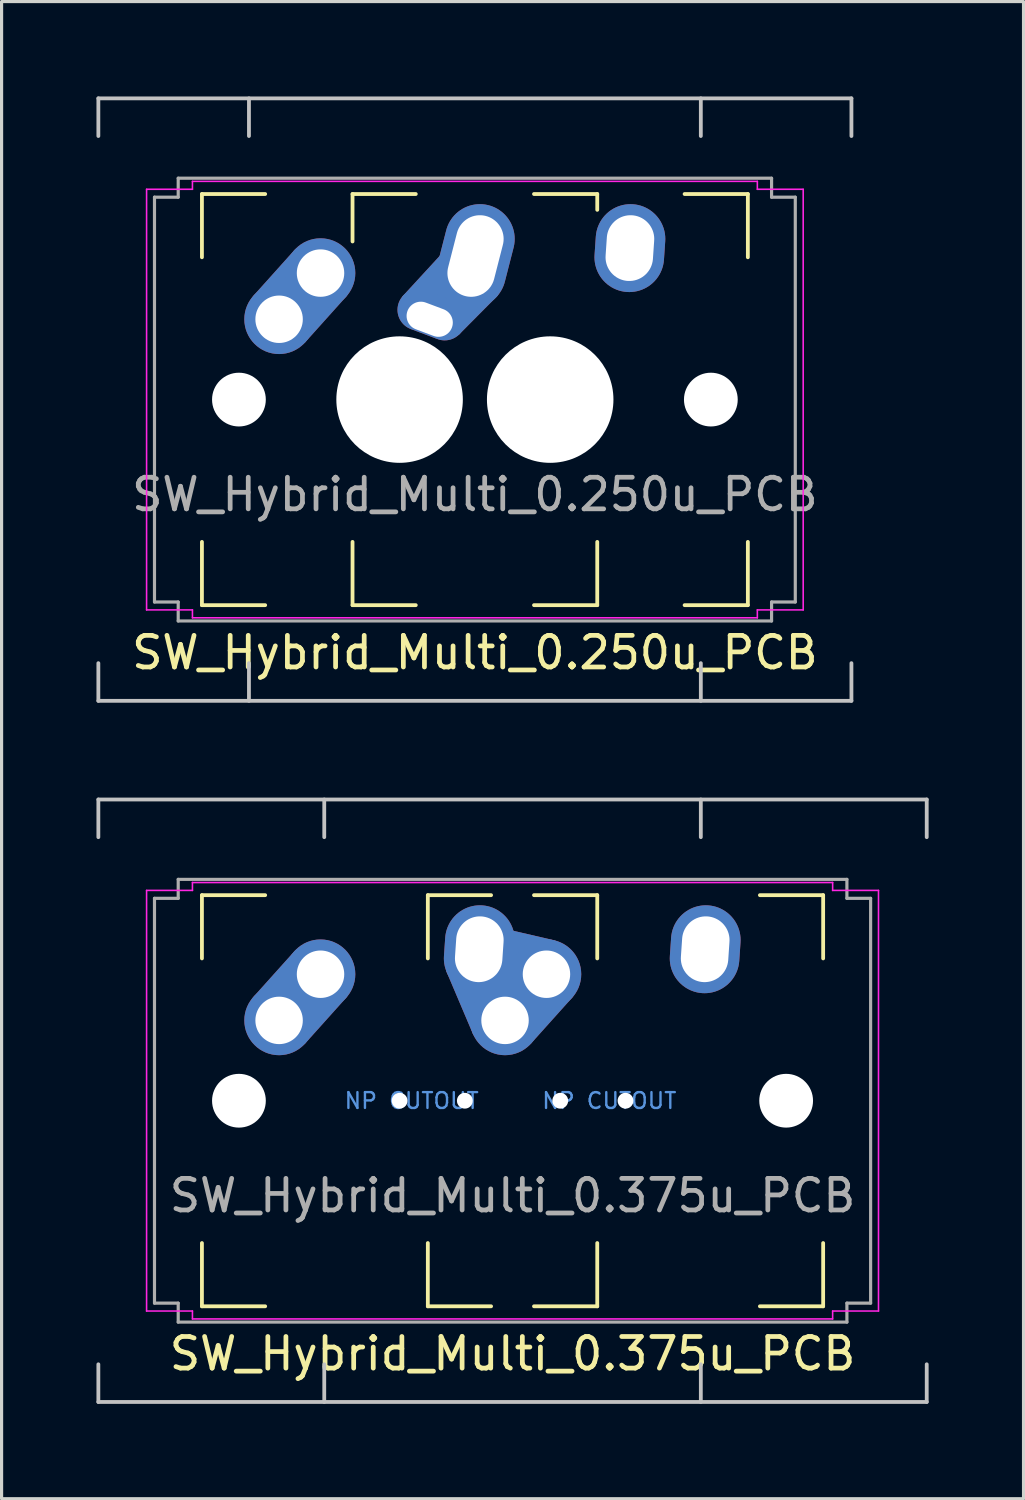
<source format=kicad_pcb>
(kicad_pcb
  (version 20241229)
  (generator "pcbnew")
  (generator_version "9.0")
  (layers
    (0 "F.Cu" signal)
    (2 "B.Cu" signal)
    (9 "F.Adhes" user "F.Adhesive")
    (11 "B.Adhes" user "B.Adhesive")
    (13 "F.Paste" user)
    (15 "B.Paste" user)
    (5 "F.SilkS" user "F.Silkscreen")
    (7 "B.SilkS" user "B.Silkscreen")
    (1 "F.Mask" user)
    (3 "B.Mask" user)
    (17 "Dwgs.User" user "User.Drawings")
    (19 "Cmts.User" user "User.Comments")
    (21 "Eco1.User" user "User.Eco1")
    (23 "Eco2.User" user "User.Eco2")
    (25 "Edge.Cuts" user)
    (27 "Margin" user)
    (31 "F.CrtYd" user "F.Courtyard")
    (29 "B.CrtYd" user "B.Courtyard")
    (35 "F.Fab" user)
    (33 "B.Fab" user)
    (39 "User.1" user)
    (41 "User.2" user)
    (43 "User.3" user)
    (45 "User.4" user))
  (footprint "SW_Hybrid_Multi_0.375u_PCB"
    (layer "F.Cu")
    (at 11.966 31.755)
    (property "Reference" "SW_Hybrid_Multi_0.375u_PCB" (at 1.191 8 0) (layer "F.SilkS") (effects (font (size 1 1) (thickness 0.15))))
    (attr through_hole)
    (fp_line (start -8.631 -6.5) (end -6.631 -6.5) (stroke (width 0.12) (type solid)) (layer "F.SilkS"))
    (fp_line (start -8.631 -4.5) (end -8.631 -6.5) (stroke (width 0.12) (type solid)) (layer "F.SilkS"))
    (fp_line (start -8.631 6.5) (end -8.631 4.5) (stroke (width 0.12) (type solid)) (layer "F.SilkS"))
    (fp_line (start -8.631 6.5) (end -6.631 6.5) (stroke (width 0.12) (type solid)) (layer "F.SilkS"))
    (fp_line (start -1.488 -6.5) (end 0.512 -6.5) (stroke (width 0.12) (type solid)) (layer "F.SilkS"))
    (fp_line (start -1.488 -4.5) (end -1.488 -6.5) (stroke (width 0.12) (type solid)) (layer "F.SilkS"))
    (fp_line (start -1.488 6.5) (end -1.488 4.5) (stroke (width 0.12) (type solid)) (layer "F.SilkS"))
    (fp_line (start -1.488 6.5) (end 0.512 6.5) (stroke (width 0.12) (type solid)) (layer "F.SilkS"))
    (fp_line (start 1.869 -6.5) (end 3.869 -6.5) (stroke (width 0.12) (type solid)) (layer "F.SilkS"))
    (fp_line (start 1.869 6.5) (end 3.869 6.5) (stroke (width 0.12) (type solid)) (layer "F.SilkS"))
    (fp_line (start 3.869 -4.5) (end 3.869 -6.5) (stroke (width 0.12) (type solid)) (layer "F.SilkS"))
    (fp_line (start 3.869 6.5) (end 3.869 4.5) (stroke (width 0.12) (type solid)) (layer "F.SilkS"))
    (fp_line (start 9.012 -6.5) (end 11.012 -6.5) (stroke (width 0.12) (type solid)) (layer "F.SilkS"))
    (fp_line (start 9.012 6.5) (end 11.012 6.5) (stroke (width 0.12) (type solid)) (layer "F.SilkS"))
    (fp_line (start 11.012 -4.5) (end 11.012 -6.5) (stroke (width 0.12) (type solid)) (layer "F.SilkS"))
    (fp_line (start 11.012 6.5) (end 11.012 4.5) (stroke (width 0.12) (type solid)) (layer "F.SilkS"))
    (fp_line (start -11.906 -9.525) (end 14.287 -9.525) (stroke (width 0.12) (type solid)) (layer "Dwgs.User"))
    (fp_line (start -11.906 -8.334) (end -11.906 -9.525) (stroke (width 0.12) (type solid)) (layer "Dwgs.User"))
    (fp_line (start -11.906 9.525) (end -11.906 8.334) (stroke (width 0.12) (type solid)) (layer "Dwgs.User"))
    (fp_line (start -4.763 -9.525) (end -4.763 -8.334) (stroke (width 0.12) (type solid)) (layer "Dwgs.User"))
    (fp_line (start -4.763 9.525) (end -4.763 8.334) (stroke (width 0.12) (type solid)) (layer "Dwgs.User"))
    (fp_line (start 7.144 -9.525) (end 7.144 -8.334) (stroke (width 0.12) (type solid)) (layer "Dwgs.User"))
    (fp_line (start 7.144 9.525) (end 7.144 8.334) (stroke (width 0.12) (type solid)) (layer "Dwgs.User"))
    (fp_line (start 14.287 -9.525) (end 14.287 -8.334) (stroke (width 0.12) (type solid)) (layer "Dwgs.User"))
    (fp_line (start 14.287 9.525) (end -11.906 9.525) (stroke (width 0.12) (type solid)) (layer "Dwgs.User"))
    (fp_line (start 14.287 9.525) (end 14.287 8.334) (stroke (width 0.12) (type solid)) (layer "Dwgs.User"))
    (fp_arc (start -0.555868 0.817283) (mid -4.381243 -0.000685) (end -0.555309 -0.816033) (stroke (width 0.05) (type solid)) (layer "Eco1.User"))
    (fp_arc (start -0.555589 -0.817363) (mid 0.533833 0.000145) (end -0.555867 0.817282) (stroke (width 0.05) (type solid)) (layer "Eco1.User"))
    (fp_arc (start 2.936559 -0.816033) (mid 6.762492 -0.000685) (end 2.937118 0.817283) (stroke (width 0.05) (type solid)) (layer "Eco1.User"))
    (fp_arc (start 2.937117 0.817282) (mid 1.847417 0.000145) (end 2.936839 -0.817363) (stroke (width 0.05) (type solid)) (layer "Eco1.User"))
    (fp_line (start -10.381 -6.65) (end -8.931 -6.65) (stroke (width 0.05) (type solid)) (layer "F.CrtYd"))
    (fp_line (start -10.381 6.65) (end -10.381 -6.65) (stroke (width 0.05) (type solid)) (layer "F.CrtYd"))
    (fp_line (start -8.931 -6.9) (end 11.312 -6.9) (stroke (width 0.05) (type solid)) (layer "F.CrtYd"))
    (fp_line (start -8.931 -6.65) (end -8.931 -6.9) (stroke (width 0.05) (type solid)) (layer "F.CrtYd"))
    (fp_line (start -8.931 6.65) (end -10.381 6.65) (stroke (width 0.05) (type solid)) (layer "F.CrtYd"))
    (fp_line (start -8.931 6.9) (end -8.931 6.65) (stroke (width 0.05) (type solid)) (layer "F.CrtYd"))
    (fp_line (start 11.312 -6.9) (end 11.312 -6.65) (stroke (width 0.05) (type solid)) (layer "F.CrtYd"))
    (fp_line (start 11.312 -6.65) (end 12.762 -6.65) (stroke (width 0.05) (type solid)) (layer "F.CrtYd"))
    (fp_line (start 11.312 6.65) (end 11.312 6.9) (stroke (width 0.05) (type solid)) (layer "F.CrtYd"))
    (fp_line (start 11.312 6.9) (end -8.931 6.9) (stroke (width 0.05) (type solid)) (layer "F.CrtYd"))
    (fp_line (start 12.762 -6.65) (end 12.762 6.65) (stroke (width 0.05) (type solid)) (layer "F.CrtYd"))
    (fp_line (start 12.762 6.65) (end 11.312 6.65) (stroke (width 0.05) (type solid)) (layer "F.CrtYd"))
    (fp_line (start -10.131 -6.4) (end -9.381 -6.4) (stroke (width 0.1) (type solid)) (layer "F.Fab"))
    (fp_line (start -10.131 6.4) (end -10.131 -6.4) (stroke (width 0.1) (type solid)) (layer "F.Fab"))
    (fp_line (start -9.381 -7) (end 11.763 -7) (stroke (width 0.1) (type solid)) (layer "F.Fab"))
    (fp_line (start -9.381 -6.4) (end -9.381 -7) (stroke (width 0.1) (type solid)) (layer "F.Fab"))
    (fp_line (start -9.381 6.4) (end -10.131 6.4) (stroke (width 0.1) (type solid)) (layer "F.Fab"))
    (fp_line (start -9.381 7) (end -9.381 6.4) (stroke (width 0.1) (type solid)) (layer "F.Fab"))
    (fp_line (start 11.763 -7) (end 11.763 -6.4) (stroke (width 0.1) (type solid)) (layer "F.Fab"))
    (fp_line (start 11.763 -6.4) (end 12.513 -6.4) (stroke (width 0.1) (type solid)) (layer "F.Fab"))
    (fp_line (start 11.763 6.4) (end 11.763 7) (stroke (width 0.1) (type solid)) (layer "F.Fab"))
    (fp_line (start 11.763 7) (end -9.381 7) (stroke (width 0.1) (type solid)) (layer "F.Fab"))
    (fp_line (start 12.513 -6.4) (end 12.513 6.4) (stroke (width 0.1) (type solid)) (layer "F.Fab"))
    (fp_line (start 12.513 6.4) (end 11.763 6.4) (stroke (width 0.1) (type solid)) (layer "F.Fab"))
    (fp_text user "NP CUTOUT" (at 4.25 0 0) (layer "Cmts.User") (effects (font (size 0.5 0.5) (thickness 0.075))))
    (fp_text user "NP CUTOUT" (at -2 0 0) (layer "Cmts.User") (effects (font (size 0.5 0.5) (thickness 0.075))))
    (fp_text user "${REFERENCE}" (at 1.191 3 0) (layer "F.Fab") (effects (font (size 1 1) (thickness 0.15))))
    (pad "" np_thru_hole circle (at -7.461 0) (size 1.7 1.7) (drill 1.7) (layers "*.Cu" "*.Mask"))
    (pad "" np_thru_hole circle (at -2.381 0) (size 0.5 0.5) (drill 0.5) (layers "*.Cu" "*.Mask"))
    (pad "" np_thru_hole circle (at -0.318 0) (size 0.5 0.5) (drill 0.5) (layers "*.Cu" "*.Mask"))
    (pad "" np_thru_hole circle (at 2.699 0) (size 0.5 0.5) (drill 0.5) (layers "*.Cu" "*.Mask"))
    (pad "" np_thru_hole circle (at 4.763 0) (size 0.5 0.5) (drill 0.5) (layers "*.Cu" "*.Mask"))
    (pad "" np_thru_hole circle (at 9.842 0) (size 1.7 1.7) (drill 1.7) (layers "*.Cu" "*.Mask"))
    (pad "1" smd roundrect (at 0.119 -4.5 293) (size 2.57 2.2) (drill oval (offset 1.065 0)) (layers "F.Cu" "F.Mask") (roundrect_rratio 0.1))
    (pad "1" smd roundrect (at 0.119 -4.5 113) (size 2.57 2.2) (drill oval (offset -1.065 0)) (layers "B.Cu" "B.Mask") (roundrect_rratio 0.1))
    (pad "1" thru_hole oval (at 0.139 -4.79 86.1) (size 2.781 2.2) (drill oval 2.081 1.5) (layers "*.Cu" "*.Mask"))
    (pad "1" thru_hole circle (at 0.953 -2.54) (size 2.2 2.2) (drill 1.5) (layers "*.Cu" "*.Mask"))
    (pad "1" smd roundrect (at 1.191 -4.25 346.9) (size 2.642 2.2) (layers "B.Cu" "B.Mask") (roundrect_rratio 0.1))
    (pad "1" smd roundrect (at 1.191 -4.25 346.9) (size 2.642 2.2) (layers "F.Cu" "F.Mask") (roundrect_rratio 0.1))
    (pad "1" smd roundrect (at 1.607 -3.27 48.1) (size 2.402 2.2) (layers "F.Cu" "F.Mask") (roundrect_rratio 0.1))
    (pad "1" smd roundrect (at 1.607 -3.27 48.1) (size 2.402 2.2) (layers "B.Cu" "B.Mask") (roundrect_rratio 0.1))
    (pad "1" thru_hole circle (at 2.263 -4) (size 2.2 2.2) (drill 1.5) (layers "*.Cu" "*.Mask"))
    (pad "2" thru_hole circle (at -6.191 -2.54) (size 2.2 2.2) (drill 1.5) (layers "*.Cu" "*.Mask"))
    (pad "2" smd roundrect (at -5.536 -3.27 48.1) (size 2.402 2.2) (layers "F.Cu" "F.Mask") (roundrect_rratio 0.1))
    (pad "2" smd roundrect (at -5.536 -3.27 48.1) (size 2.402 2.2) (layers "B.Cu" "B.Mask") (roundrect_rratio 0.1))
    (pad "2" thru_hole circle (at -4.881 -4) (size 2.2 2.2) (drill 1.5) (layers "*.Cu" "*.Mask"))
    (pad "2" thru_hole oval (at 7.282 -4.79 86.1) (size 2.781 2.2) (drill oval 2.081 1.5) (layers "*.Cu" "*.Mask")))
  (footprint "SW_Hybrid_Multi_0.250u_PCB"
    (layer "F.Cu")
    (at 11.966 9.585)
    (property "Reference" "SW_Hybrid_Multi_0.250u_PCB" (at 0 8 0) (layer "F.SilkS") (effects (font (size 1 1) (thickness 0.15))))
    (attr through_hole)
    (fp_line (start -8.631 -6.5) (end -6.631 -6.5) (stroke (width 0.12) (type solid)) (layer "F.SilkS"))
    (fp_line (start -8.631 -4.5) (end -8.631 -6.5) (stroke (width 0.12) (type solid)) (layer "F.SilkS"))
    (fp_line (start -8.631 6.5) (end -8.631 4.5) (stroke (width 0.12) (type solid)) (layer "F.SilkS"))
    (fp_line (start -8.631 6.5) (end -6.631 6.5) (stroke (width 0.12) (type solid)) (layer "F.SilkS"))
    (fp_line (start -3.869 -6.5) (end -1.869 -6.5) (stroke (width 0.12) (type solid)) (layer "F.SilkS"))
    (fp_line (start -3.869 -5) (end -3.869 -6.5) (stroke (width 0.12) (type solid)) (layer "F.SilkS"))
    (fp_line (start -3.869 6.5) (end -3.869 4.5) (stroke (width 0.12) (type solid)) (layer "F.SilkS"))
    (fp_line (start -3.869 6.5) (end -1.869 6.5) (stroke (width 0.12) (type solid)) (layer "F.SilkS"))
    (fp_line (start 1.869 -6.5) (end 3.869 -6.5) (stroke (width 0.12) (type solid)) (layer "F.SilkS"))
    (fp_line (start 1.869 6.5) (end 3.869 6.5) (stroke (width 0.12) (type solid)) (layer "F.SilkS"))
    (fp_line (start 3.869 -6) (end 3.869 -6.5) (stroke (width 0.12) (type solid)) (layer "F.SilkS"))
    (fp_line (start 3.869 6.5) (end 3.869 4.5) (stroke (width 0.12) (type solid)) (layer "F.SilkS"))
    (fp_line (start 6.631 -6.5) (end 8.631 -6.5) (stroke (width 0.12) (type solid)) (layer "F.SilkS"))
    (fp_line (start 6.631 6.5) (end 8.631 6.5) (stroke (width 0.12) (type solid)) (layer "F.SilkS"))
    (fp_line (start 8.631 -4.5) (end 8.631 -6.5) (stroke (width 0.12) (type solid)) (layer "F.SilkS"))
    (fp_line (start 8.631 6.5) (end 8.631 4.5) (stroke (width 0.12) (type solid)) (layer "F.SilkS"))
    (fp_line (start -11.906 -9.525) (end 11.906 -9.525) (stroke (width 0.12) (type solid)) (layer "Dwgs.User"))
    (fp_line (start -11.906 -8.334) (end -11.906 -9.525) (stroke (width 0.12) (type solid)) (layer "Dwgs.User"))
    (fp_line (start -11.906 9.525) (end -11.906 8.334) (stroke (width 0.12) (type solid)) (layer "Dwgs.User"))
    (fp_line (start -7.144 -9.525) (end -7.144 -8.334) (stroke (width 0.12) (type solid)) (layer "Dwgs.User"))
    (fp_line (start -7.144 9.525) (end -7.144 8.334) (stroke (width 0.12) (type solid)) (layer "Dwgs.User"))
    (fp_line (start 7.144 -9.525) (end 7.144 -8.334) (stroke (width 0.12) (type solid)) (layer "Dwgs.User"))
    (fp_line (start 7.144 9.525) (end 7.144 8.334) (stroke (width 0.12) (type solid)) (layer "Dwgs.User"))
    (fp_line (start 11.906 -9.525) (end 11.906 -8.334) (stroke (width 0.12) (type solid)) (layer "Dwgs.User"))
    (fp_line (start 11.906 9.525) (end -11.906 9.525) (stroke (width 0.12) (type solid)) (layer "Dwgs.User"))
    (fp_line (start 11.906 9.525) (end 11.906 8.334) (stroke (width 0.12) (type solid)) (layer "Dwgs.User"))
    (fp_line (start -10.381 -6.65) (end -8.931 -6.65) (stroke (width 0.05) (type solid)) (layer "F.CrtYd"))
    (fp_line (start -10.381 6.65) (end -10.381 -6.65) (stroke (width 0.05) (type solid)) (layer "F.CrtYd"))
    (fp_line (start -8.931 -6.9) (end 8.931 -6.9) (stroke (width 0.05) (type solid)) (layer "F.CrtYd"))
    (fp_line (start -8.931 -6.65) (end -8.931 -6.9) (stroke (width 0.05) (type solid)) (layer "F.CrtYd"))
    (fp_line (start -8.931 6.65) (end -10.381 6.65) (stroke (width 0.05) (type solid)) (layer "F.CrtYd"))
    (fp_line (start -8.931 6.9) (end -8.931 6.65) (stroke (width 0.05) (type solid)) (layer "F.CrtYd"))
    (fp_line (start 8.931 -6.9) (end 8.931 -6.65) (stroke (width 0.05) (type solid)) (layer "F.CrtYd"))
    (fp_line (start 8.931 -6.65) (end 10.381 -6.65) (stroke (width 0.05) (type solid)) (layer "F.CrtYd"))
    (fp_line (start 8.931 6.65) (end 8.931 6.9) (stroke (width 0.05) (type solid)) (layer "F.CrtYd"))
    (fp_line (start 8.931 6.9) (end -8.931 6.9) (stroke (width 0.05) (type solid)) (layer "F.CrtYd"))
    (fp_line (start 10.381 -6.65) (end 10.381 6.65) (stroke (width 0.05) (type solid)) (layer "F.CrtYd"))
    (fp_line (start 10.381 6.65) (end 8.931 6.65) (stroke (width 0.05) (type solid)) (layer "F.CrtYd"))
    (fp_line (start -10.131 -6.4) (end -9.381 -6.4) (stroke (width 0.1) (type solid)) (layer "F.Fab"))
    (fp_line (start -10.131 6.4) (end -10.131 -6.4) (stroke (width 0.1) (type solid)) (layer "F.Fab"))
    (fp_line (start -9.381 -7) (end 9.381 -7) (stroke (width 0.1) (type solid)) (layer "F.Fab"))
    (fp_line (start -9.381 -6.4) (end -9.381 -7) (stroke (width 0.1) (type solid)) (layer "F.Fab"))
    (fp_line (start -9.381 6.4) (end -10.131 6.4) (stroke (width 0.1) (type solid)) (layer "F.Fab"))
    (fp_line (start -9.381 7) (end -9.381 6.4) (stroke (width 0.1) (type solid)) (layer "F.Fab"))
    (fp_line (start 9.381 -7) (end 9.381 -6.4) (stroke (width 0.1) (type solid)) (layer "F.Fab"))
    (fp_line (start 9.381 -6.4) (end 10.131 -6.4) (stroke (width 0.1) (type solid)) (layer "F.Fab"))
    (fp_line (start 9.381 6.4) (end 9.381 7) (stroke (width 0.1) (type solid)) (layer "F.Fab"))
    (fp_line (start 9.381 7) (end -9.381 7) (stroke (width 0.1) (type solid)) (layer "F.Fab"))
    (fp_line (start 10.131 -6.4) (end 10.131 6.4) (stroke (width 0.1) (type solid)) (layer "F.Fab"))
    (fp_line (start 10.131 6.4) (end 9.381 6.4) (stroke (width 0.1) (type solid)) (layer "F.Fab"))
    (fp_text user "${REFERENCE}" (at 0 3 0) (layer "F.Fab") (effects (font (size 1 1) (thickness 0.15))))
    (pad "" np_thru_hole circle (at -7.461 0) (size 1.7 1.7) (drill 1.7) (layers "*.Cu" "*.Mask"))
    (pad "" np_thru_hole circle (at -2.381 0) (size 4 4) (drill 4) (layers "*.Cu" "*.Mask"))
    (pad "" np_thru_hole circle (at 2.381 0) (size 4 4) (drill 4) (layers "*.Cu" "*.Mask"))
    (pad "" np_thru_hole circle (at 7.461 0) (size 1.7 1.7) (drill 1.7) (layers "*.Cu" "*.Mask"))
    (pad "1" smd roundrect (at -1.797 -2.839 47.4) (size 2.3 1.3) (drill (offset 1.02 0)) (layers "F.Cu" "F.Mask") (roundrect_rratio 0.1))
    (pad "1" smd roundrect (at -1.797 -2.839 227.4) (size 2.3 1.3) (drill (offset -1.02 0)) (layers "B.Cu" "B.Mask") (roundrect_rratio 0.1))
    (pad "1" thru_hole oval (at -1.429 -2.54 249.4) (size 1.3 2.2) (drill oval 0.9 1.5 (offset -0.15 0)) (layers "*.Cu" "*.Mask"))
    (pad "1" smd roundrect (at -0.955 -2.522 45.2) (size 1.96 1.3) (drill (offset 0.85 0)) (layers "F.Cu" "F.Mask") (roundrect_rratio 0.1))
    (pad "1" smd roundrect (at -0.955 -2.522 225.2) (size 1.96 1.3) (drill (offset -0.85 0)) (layers "B.Cu" "B.Mask") (roundrect_rratio 0.1))
    (pad "1" thru_hole oval (at 0.02 -4.54 75.6) (size 3.315 2.2) (drill oval 2.615 1.5) (layers "*.Cu" "*.Mask"))
    (pad "2" thru_hole circle (at -6.191 -2.54) (size 2.2 2.2) (drill 1.5) (layers "*.Cu" "*.Mask"))
    (pad "2" smd roundrect (at -5.536 -3.27 48.1) (size 2.402 2.2) (layers "F.Cu" "F.Mask") (roundrect_rratio 0.1))
    (pad "2" smd roundrect (at -5.536 -3.27 48.1) (size 2.402 2.2) (layers "B.Cu" "B.Mask") (roundrect_rratio 0.1))
    (pad "2" thru_hole circle (at -4.881 -4) (size 2.2 2.2) (drill 1.5) (layers "*.Cu" "*.Mask"))
    (pad "2" thru_hole oval (at 4.901 -4.79 86.1) (size 2.781 2.2) (drill oval 2.081 1.5) (layers "*.Cu" "*.Mask")))
  (gr_rect
    (start -3 -3)
    (end 29.314 44.34)
    (stroke (width 0.1) (type default))
    (fill no)
    (layer "Edge.Cuts")))
</source>
